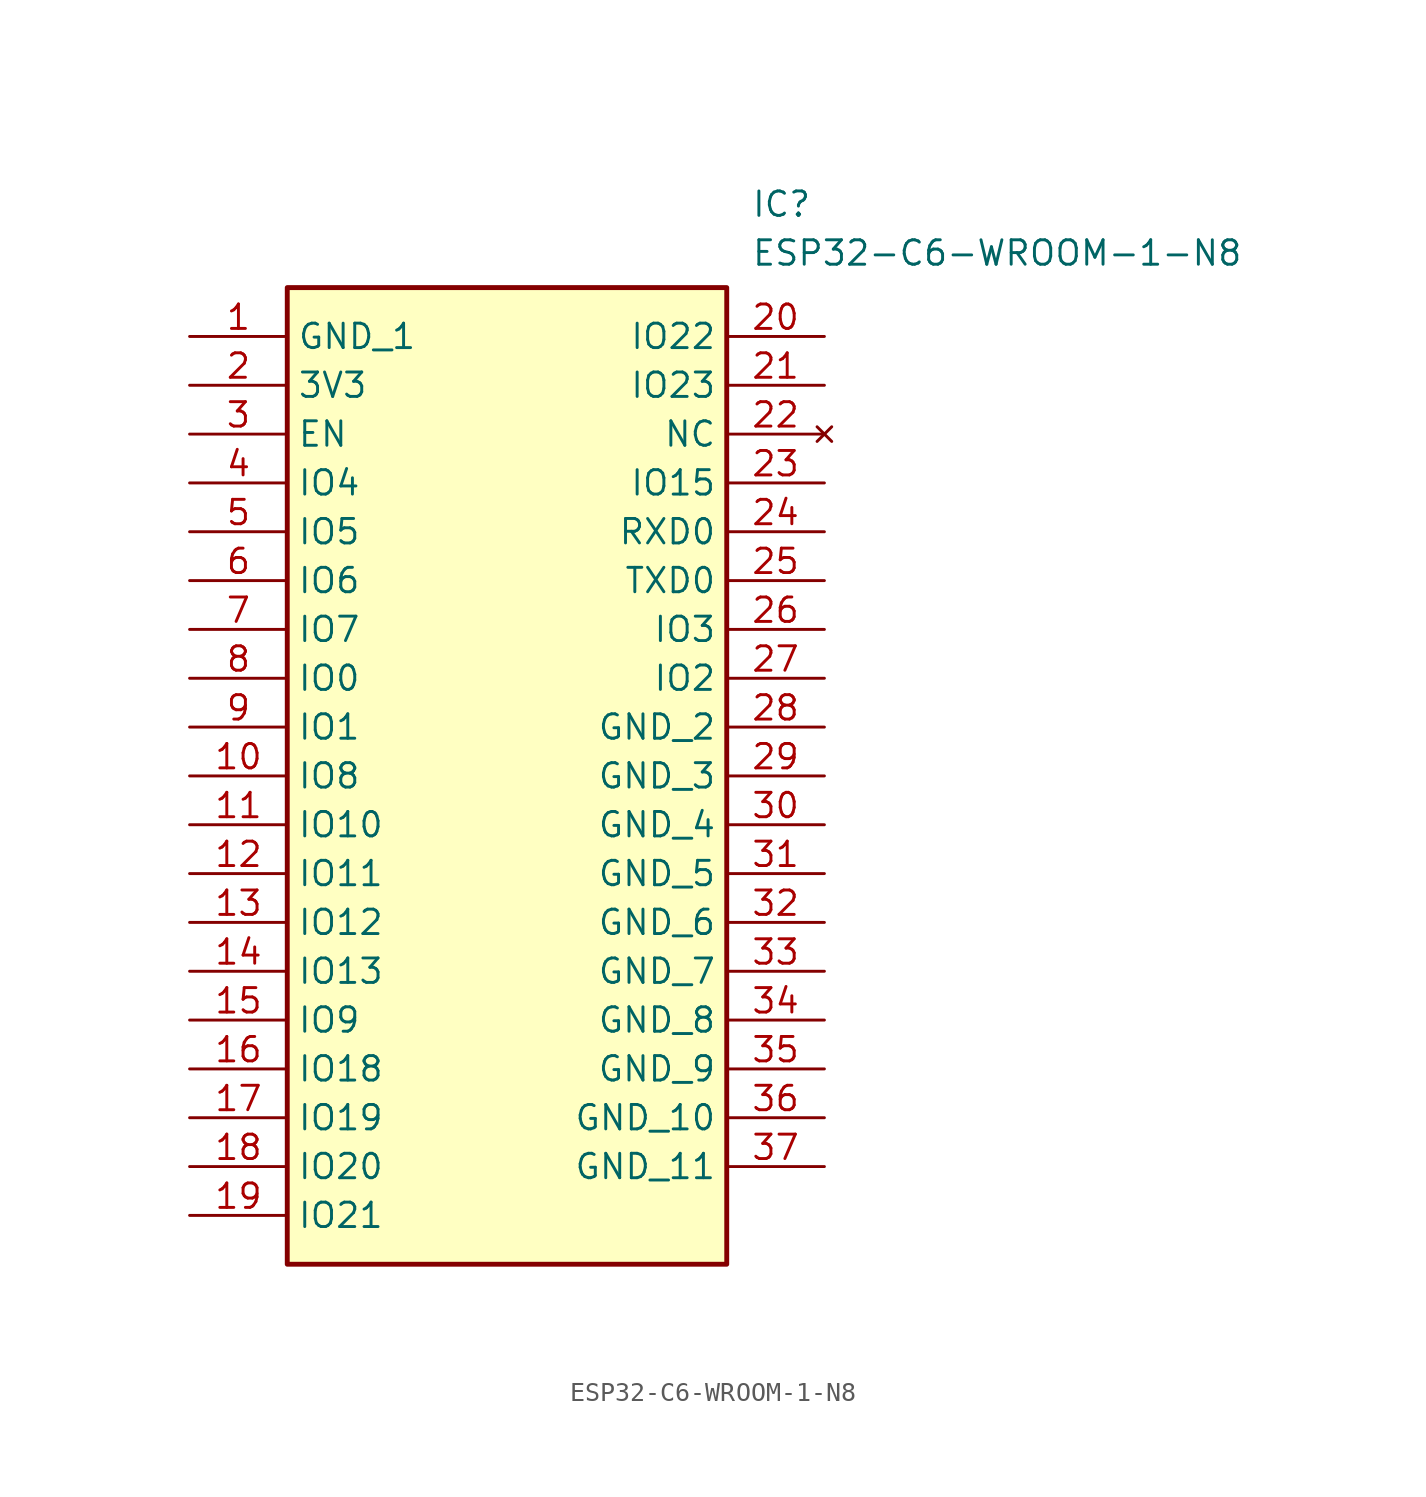
<source format=kicad_sym>
(kicad_symbol_lib
  (version 20211014)
  (generator SamacSys_ECAD_Model)
  (symbol "ESP32-C6-WROOM-1-N8"
    (property "Reference" "IC"
      (at 29.21 7.62 0)
      (effects (font (size 1.27 1.27)) (justify left top)))
    (property "Value" "ESP32-C6-WROOM-1-N8"
      (at 29.21 5.08 0)
      (effects (font (size 1.27 1.27)) (justify left top)))
    (rectangle
      (start 5.08 2.54)
      (end 27.94 -48.26)
      (stroke (width 0.254) (type default))
      (fill (type background)))
    (pin passive line
      (at 0 0 0)
      (length 5.08)
      (name "GND_1" (effects (font (size 1.27 1.27))))
      (number "1" (effects (font (size 1.27 1.27)))))
    (pin passive line
      (at 0 -2.54 0)
      (length 5.08)
      (name "3V3" (effects (font (size 1.27 1.27))))
      (number "2" (effects (font (size 1.27 1.27)))))
    (pin passive line
      (at 0 -5.08 0)
      (length 5.08)
      (name "EN" (effects (font (size 1.27 1.27))))
      (number "3" (effects (font (size 1.27 1.27)))))
    (pin passive line
      (at 0 -7.62 0)
      (length 5.08)
      (name "IO4" (effects (font (size 1.27 1.27))))
      (number "4" (effects (font (size 1.27 1.27)))))
    (pin passive line
      (at 0 -10.16 0)
      (length 5.08)
      (name "IO5" (effects (font (size 1.27 1.27))))
      (number "5" (effects (font (size 1.27 1.27)))))
    (pin passive line
      (at 0 -12.7 0)
      (length 5.08)
      (name "IO6" (effects (font (size 1.27 1.27))))
      (number "6" (effects (font (size 1.27 1.27)))))
    (pin passive line
      (at 0 -15.24 0)
      (length 5.08)
      (name "IO7" (effects (font (size 1.27 1.27))))
      (number "7" (effects (font (size 1.27 1.27)))))
    (pin passive line
      (at 0 -17.78 0)
      (length 5.08)
      (name "IO0" (effects (font (size 1.27 1.27))))
      (number "8" (effects (font (size 1.27 1.27)))))
    (pin passive line
      (at 0 -20.32 0)
      (length 5.08)
      (name "IO1" (effects (font (size 1.27 1.27))))
      (number "9" (effects (font (size 1.27 1.27)))))
    (pin passive line
      (at 0 -22.86 0)
      (length 5.08)
      (name "IO8" (effects (font (size 1.27 1.27))))
      (number "10" (effects (font (size 1.27 1.27)))))
    (pin passive line
      (at 0 -25.4 0)
      (length 5.08)
      (name "IO10" (effects (font (size 1.27 1.27))))
      (number "11" (effects (font (size 1.27 1.27)))))
    (pin passive line
      (at 0 -27.94 0)
      (length 5.08)
      (name "IO11" (effects (font (size 1.27 1.27))))
      (number "12" (effects (font (size 1.27 1.27)))))
    (pin passive line
      (at 0 -30.48 0)
      (length 5.08)
      (name "IO12" (effects (font (size 1.27 1.27))))
      (number "13" (effects (font (size 1.27 1.27)))))
    (pin passive line
      (at 0 -33.02 0)
      (length 5.08)
      (name "IO13" (effects (font (size 1.27 1.27))))
      (number "14" (effects (font (size 1.27 1.27)))))
    (pin passive line
      (at 0 -35.56 0)
      (length 5.08)
      (name "IO9" (effects (font (size 1.27 1.27))))
      (number "15" (effects (font (size 1.27 1.27)))))
    (pin passive line
      (at 0 -38.1 0)
      (length 5.08)
      (name "IO18" (effects (font (size 1.27 1.27))))
      (number "16" (effects (font (size 1.27 1.27)))))
    (pin passive line
      (at 0 -40.64 0)
      (length 5.08)
      (name "IO19" (effects (font (size 1.27 1.27))))
      (number "17" (effects (font (size 1.27 1.27)))))
    (pin passive line
      (at 0 -43.18 0)
      (length 5.08)
      (name "IO20" (effects (font (size 1.27 1.27))))
      (number "18" (effects (font (size 1.27 1.27)))))
    (pin passive line
      (at 0 -45.72 0)
      (length 5.08)
      (name "IO21" (effects (font (size 1.27 1.27))))
      (number "19" (effects (font (size 1.27 1.27)))))
    (pin passive line
      (at 33.02 0 180)
      (length 5.08)
      (name "IO22" (effects (font (size 1.27 1.27))))
      (number "20" (effects (font (size 1.27 1.27)))))
    (pin passive line
      (at 33.02 -2.54 180)
      (length 5.08)
      (name "IO23" (effects (font (size 1.27 1.27))))
      (number "21" (effects (font (size 1.27 1.27)))))
    (pin no_connect line
      (at 33.02 -5.08 180)
      (length 5.08)
      (name "NC" (effects (font (size 1.27 1.27))))
      (number "22" (effects (font (size 1.27 1.27)))))
    (pin passive line
      (at 33.02 -7.62 180)
      (length 5.08)
      (name "IO15" (effects (font (size 1.27 1.27))))
      (number "23" (effects (font (size 1.27 1.27)))))
    (pin passive line
      (at 33.02 -10.16 180)
      (length 5.08)
      (name "RXD0" (effects (font (size 1.27 1.27))))
      (number "24" (effects (font (size 1.27 1.27)))))
    (pin passive line
      (at 33.02 -12.7 180)
      (length 5.08)
      (name "TXD0" (effects (font (size 1.27 1.27))))
      (number "25" (effects (font (size 1.27 1.27)))))
    (pin passive line
      (at 33.02 -15.24 180)
      (length 5.08)
      (name "IO3" (effects (font (size 1.27 1.27))))
      (number "26" (effects (font (size 1.27 1.27)))))
    (pin passive line
      (at 33.02 -17.78 180)
      (length 5.08)
      (name "IO2" (effects (font (size 1.27 1.27))))
      (number "27" (effects (font (size 1.27 1.27)))))
    (pin passive line
      (at 33.02 -20.32 180)
      (length 5.08)
      (name "GND_2" (effects (font (size 1.27 1.27))))
      (number "28" (effects (font (size 1.27 1.27)))))
    (pin passive line
      (at 33.02 -22.86 180)
      (length 5.08)
      (name "GND_3" (effects (font (size 1.27 1.27))))
      (number "29" (effects (font (size 1.27 1.27)))))
    (pin passive line
      (at 33.02 -25.4 180)
      (length 5.08)
      (name "GND_4" (effects (font (size 1.27 1.27))))
      (number "30" (effects (font (size 1.27 1.27)))))
    (pin passive line
      (at 33.02 -27.94 180)
      (length 5.08)
      (name "GND_5" (effects (font (size 1.27 1.27))))
      (number "31" (effects (font (size 1.27 1.27)))))
    (pin passive line
      (at 33.02 -30.48 180)
      (length 5.08)
      (name "GND_6" (effects (font (size 1.27 1.27))))
      (number "32" (effects (font (size 1.27 1.27)))))
    (pin passive line
      (at 33.02 -33.02 180)
      (length 5.08)
      (name "GND_7" (effects (font (size 1.27 1.27))))
      (number "33" (effects (font (size 1.27 1.27)))))
    (pin passive line
      (at 33.02 -35.56 180)
      (length 5.08)
      (name "GND_8" (effects (font (size 1.27 1.27))))
      (number "34" (effects (font (size 1.27 1.27)))))
    (pin passive line
      (at 33.02 -38.1 180)
      (length 5.08)
      (name "GND_9" (effects (font (size 1.27 1.27))))
      (number "35" (effects (font (size 1.27 1.27)))))
    (pin passive line
      (at 33.02 -40.64 180)
      (length 5.08)
      (name "GND_10" (effects (font (size 1.27 1.27))))
      (number "36" (effects (font (size 1.27 1.27)))))
    (pin passive line
      (at 33.02 -43.18 180)
      (length 5.08)
      (name "GND_11" (effects (font (size 1.27 1.27))))
      (number "37" (effects (font (size 1.27 1.27)))))))
</source>
